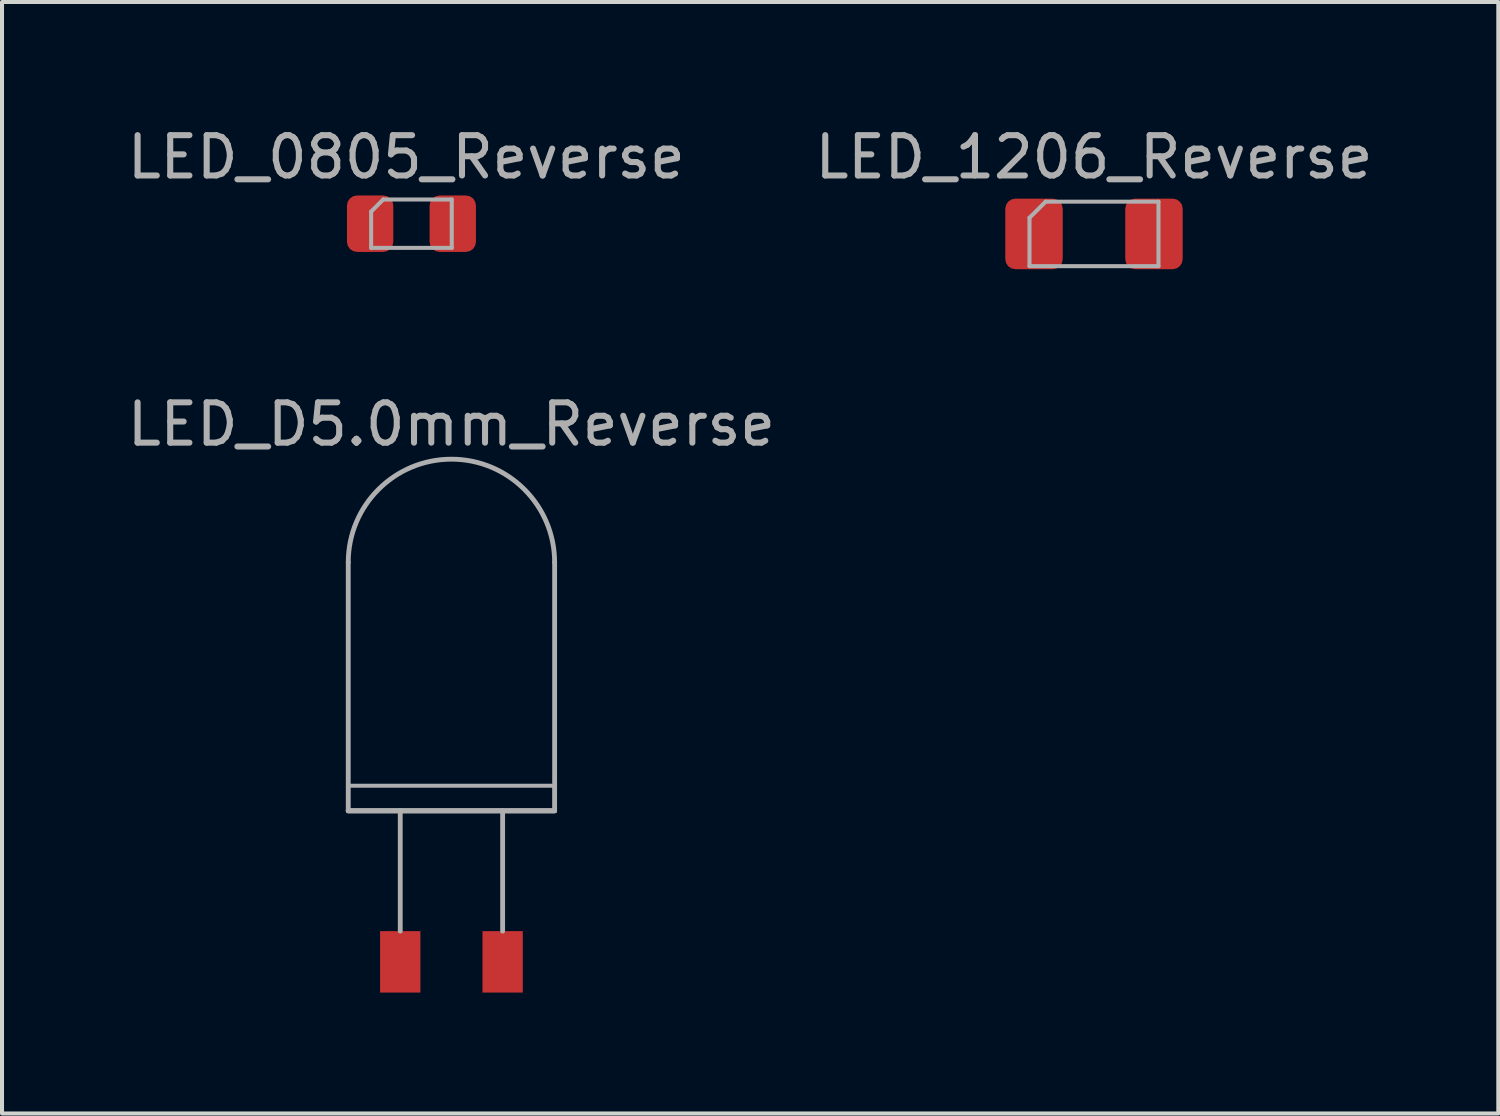
<source format=kicad_pcb>
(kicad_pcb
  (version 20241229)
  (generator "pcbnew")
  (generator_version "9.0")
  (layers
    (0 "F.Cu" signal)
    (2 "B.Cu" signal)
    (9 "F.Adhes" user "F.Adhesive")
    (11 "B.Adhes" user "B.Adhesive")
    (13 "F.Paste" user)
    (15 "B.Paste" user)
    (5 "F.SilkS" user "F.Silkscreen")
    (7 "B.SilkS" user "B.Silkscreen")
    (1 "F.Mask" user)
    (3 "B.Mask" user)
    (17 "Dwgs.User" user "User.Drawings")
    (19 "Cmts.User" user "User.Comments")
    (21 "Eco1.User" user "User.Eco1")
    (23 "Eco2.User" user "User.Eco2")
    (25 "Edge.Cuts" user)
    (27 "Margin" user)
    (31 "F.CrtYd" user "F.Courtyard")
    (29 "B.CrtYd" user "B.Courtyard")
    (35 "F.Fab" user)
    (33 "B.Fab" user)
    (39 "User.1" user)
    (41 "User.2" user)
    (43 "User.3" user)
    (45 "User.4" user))
  (footprint "LED_0805_Reverse"
    (layer "F.Cu")
    (at 7.157 2.499)
    (property "Reference" "LED_0805_Reverse" (at -0.127 -1.651 0) (layer "F.Fab") (effects (font (size 1 1) (thickness 0.15))))
    (attr smd)
    (fp_line (start -1 -0.3) (end -1 0.6) (stroke (width 0.1) (type solid)) (layer "F.Fab"))
    (fp_line (start -1 0.6) (end 1 0.6) (stroke (width 0.1) (type solid)) (layer "F.Fab"))
    (fp_line (start -0.7 -0.6) (end -1 -0.3) (stroke (width 0.1) (type solid)) (layer "F.Fab"))
    (fp_line (start 1 -0.6) (end -0.7 -0.6) (stroke (width 0.1) (type solid)) (layer "F.Fab"))
    (fp_line (start 1 0.6) (end 1 -0.6) (stroke (width 0.1) (type solid)) (layer "F.Fab"))
    (pad "1" smd roundrect (at -1.025 0) (size 1.15 1.4) (layers "F.Cu" "F.Mask" "F.Paste") (roundrect_rratio 0.217))
    (pad "2" smd roundrect (at 1.025 0) (size 1.15 1.4) (layers "F.Cu" "F.Mask" "F.Paste") (roundrect_rratio 0.217)))
  (footprint "LED_D5.0mm_Reverse"
    (layer "F.Cu")
    (at 8.149 20.811)
    (property "Reference" "LED_D5.0mm_Reverse" (at 0 -13.335 0) (layer "F.Fab") (effects (font (size 1 1) (thickness 0.15))))
    (attr through_hole)
    (fp_line (start -2.56 -3.75) (end -2.56 -9.906) (stroke (width 0.12) (type solid)) (layer "F.Fab"))
    (fp_line (start -1.27 -0.762) (end -1.27 -3.75) (stroke (width 0.12) (type solid)) (layer "F.Fab"))
    (fp_line (start 1.27 -3.75) (end 1.27 -0.762) (stroke (width 0.12) (type solid)) (layer "F.Fab"))
    (fp_line (start 2.56 -3.75) (end -2.56 -3.75) (stroke (width 0.12) (type solid)) (layer "F.Fab"))
    (fp_line (start 2.56 -3.75) (end -2.56 -3.75) (stroke (width 0.12) (type solid)) (layer "F.Fab"))
    (fp_line (start 2.56 -3.75) (end 2.56 -9.91) (stroke (width 0.12) (type solid)) (layer "F.Fab"))
    (fp_arc (start -2.56 -9.91) (mid 0 -12.47) (end 2.56 -9.91) (stroke (width 0.12) (type solid)) (layer "F.Fab"))
    (fp_poly (pts (xy 2.565 -3.734) (xy 2.565 -4.369) (xy -2.565 -4.369) (xy -2.565 -3.734)) (stroke (width 0.1) (type solid)) (fill no) (layer "F.Fab"))
    (pad "1" smd rect (at -1.27 0 180) (size 1 1.524) (layers "F.Cu" "F.Mask" "F.Paste"))
    (pad "2" smd rect (at 1.27 0 180) (size 1 1.524) (layers "F.Cu" "F.Mask" "F.Paste")))
  (footprint "LED_1206_Reverse"
    (layer "F.Cu")
    (at 24.089 2.753)
    (property "Reference" "LED_1206_Reverse" (at 0 -1.905 0) (layer "F.Fab") (effects (font (size 1 1) (thickness 0.15))))
    (attr smd)
    (fp_line (start -1.6 -0.4) (end -1.6 0.8) (stroke (width 0.1) (type solid)) (layer "F.Fab"))
    (fp_line (start -1.6 0.8) (end 1.6 0.8) (stroke (width 0.1) (type solid)) (layer "F.Fab"))
    (fp_line (start -1.2 -0.8) (end -1.6 -0.4) (stroke (width 0.1) (type solid)) (layer "F.Fab"))
    (fp_line (start 1.6 -0.8) (end -1.2 -0.8) (stroke (width 0.1) (type solid)) (layer "F.Fab"))
    (fp_line (start 1.6 0.8) (end 1.6 -0.8) (stroke (width 0.1) (type solid)) (layer "F.Fab"))
    (pad "1" smd roundrect (at -1.488 0) (size 1.425 1.75) (layers "F.Cu" "F.Mask" "F.Paste") (roundrect_rratio 0.175))
    (pad "2" smd roundrect (at 1.488 0) (size 1.425 1.75) (layers "F.Cu" "F.Mask" "F.Paste") (roundrect_rratio 0.175)))
  (gr_rect
    (start -3 -3)
    (end 34.119 24.573)
    (stroke (width 0.1) (type default))
    (fill no)
    (layer "Edge.Cuts")))
</source>
